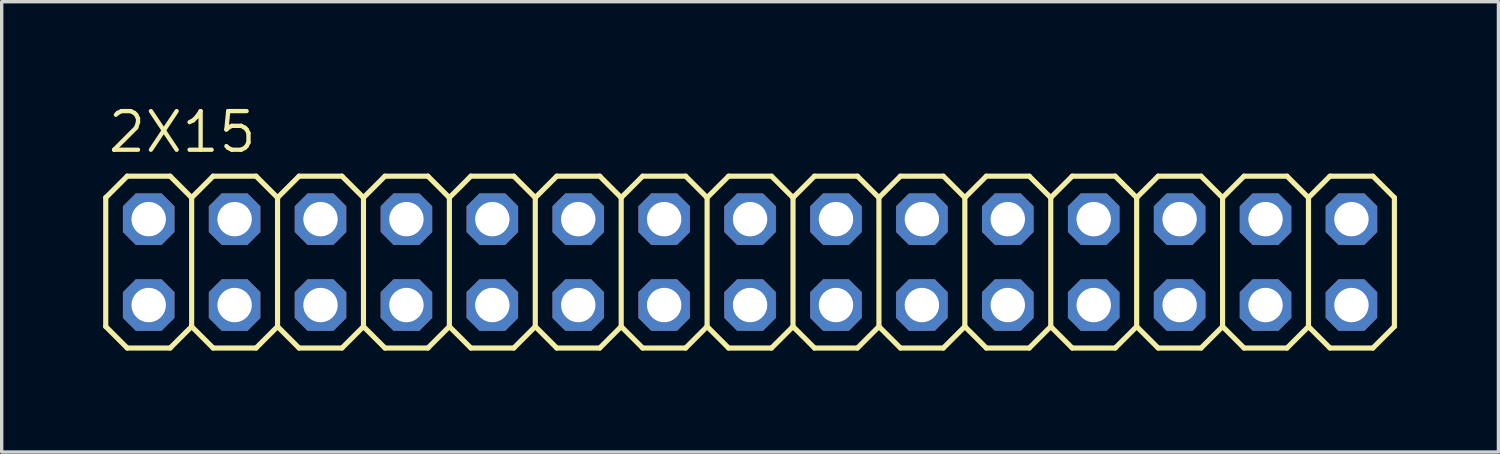
<source format=kicad_pcb>
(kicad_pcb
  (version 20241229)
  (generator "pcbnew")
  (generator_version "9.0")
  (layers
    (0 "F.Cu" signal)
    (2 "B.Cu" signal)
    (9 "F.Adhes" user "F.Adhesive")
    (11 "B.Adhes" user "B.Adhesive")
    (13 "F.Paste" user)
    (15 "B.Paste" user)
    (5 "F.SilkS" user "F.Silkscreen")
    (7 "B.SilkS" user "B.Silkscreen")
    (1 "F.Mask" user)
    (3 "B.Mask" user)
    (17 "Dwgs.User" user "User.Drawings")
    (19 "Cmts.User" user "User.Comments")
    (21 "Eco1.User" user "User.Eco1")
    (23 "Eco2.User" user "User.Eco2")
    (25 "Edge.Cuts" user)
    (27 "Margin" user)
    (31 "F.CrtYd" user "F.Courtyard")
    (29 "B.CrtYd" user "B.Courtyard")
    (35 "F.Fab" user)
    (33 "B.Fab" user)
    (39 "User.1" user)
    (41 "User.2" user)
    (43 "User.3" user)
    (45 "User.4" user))
  (footprint "2X15"
    (layer "F.Cu")
    (at 19.126 4.699)
    (property "Reference" "2X15" (at -19.05 -3.175 0) (layer "F.SilkS") (effects (font (size 1.143 1.143) (thickness 0.127)) (justify left bottom)))
    (fp_line (start -19.05 -1.905) (end -18.415 -2.54) (stroke (width 0.152) (type solid)) (layer "F.SilkS"))
    (fp_line (start -19.05 1.905) (end -19.05 -1.905) (stroke (width 0.152) (type solid)) (layer "F.SilkS"))
    (fp_line (start -19.05 1.905) (end -18.415 2.54) (stroke (width 0.152) (type solid)) (layer "F.SilkS"))
    (fp_line (start -18.415 -2.54) (end -17.145 -2.54) (stroke (width 0.152) (type solid)) (layer "F.SilkS"))
    (fp_line (start -18.415 2.54) (end -17.145 2.54) (stroke (width 0.152) (type solid)) (layer "F.SilkS"))
    (fp_line (start -17.145 -2.54) (end -16.51 -1.905) (stroke (width 0.152) (type solid)) (layer "F.SilkS"))
    (fp_line (start -17.145 2.54) (end -16.51 1.905) (stroke (width 0.152) (type solid)) (layer "F.SilkS"))
    (fp_line (start -16.51 -1.905) (end -16.51 1.905) (stroke (width 0.152) (type solid)) (layer "F.SilkS"))
    (fp_line (start -16.51 -1.905) (end -15.875 -2.54) (stroke (width 0.152) (type solid)) (layer "F.SilkS"))
    (fp_line (start -16.51 1.905) (end -15.875 2.54) (stroke (width 0.152) (type solid)) (layer "F.SilkS"))
    (fp_line (start -15.875 -2.54) (end -14.605 -2.54) (stroke (width 0.152) (type solid)) (layer "F.SilkS"))
    (fp_line (start -15.875 2.54) (end -14.605 2.54) (stroke (width 0.152) (type solid)) (layer "F.SilkS"))
    (fp_line (start -14.605 -2.54) (end -13.97 -1.905) (stroke (width 0.152) (type solid)) (layer "F.SilkS"))
    (fp_line (start -14.605 2.54) (end -13.97 1.905) (stroke (width 0.152) (type solid)) (layer "F.SilkS"))
    (fp_line (start -13.97 -1.905) (end -13.97 1.905) (stroke (width 0.152) (type solid)) (layer "F.SilkS"))
    (fp_line (start -13.97 -1.905) (end -13.335 -2.54) (stroke (width 0.152) (type solid)) (layer "F.SilkS"))
    (fp_line (start -13.97 1.905) (end -13.335 2.54) (stroke (width 0.152) (type solid)) (layer "F.SilkS"))
    (fp_line (start -13.335 -2.54) (end -12.065 -2.54) (stroke (width 0.152) (type solid)) (layer "F.SilkS"))
    (fp_line (start -13.335 2.54) (end -12.065 2.54) (stroke (width 0.152) (type solid)) (layer "F.SilkS"))
    (fp_line (start -12.065 -2.54) (end -11.43 -1.905) (stroke (width 0.152) (type solid)) (layer "F.SilkS"))
    (fp_line (start -12.065 2.54) (end -11.43 1.905) (stroke (width 0.152) (type solid)) (layer "F.SilkS"))
    (fp_line (start -11.43 -1.905) (end -11.43 1.905) (stroke (width 0.152) (type solid)) (layer "F.SilkS"))
    (fp_line (start -11.43 -1.905) (end -10.795 -2.54) (stroke (width 0.152) (type solid)) (layer "F.SilkS"))
    (fp_line (start -11.43 1.905) (end -10.795 2.54) (stroke (width 0.152) (type solid)) (layer "F.SilkS"))
    (fp_line (start -10.795 -2.54) (end -9.525 -2.54) (stroke (width 0.152) (type solid)) (layer "F.SilkS"))
    (fp_line (start -10.795 2.54) (end -9.525 2.54) (stroke (width 0.152) (type solid)) (layer "F.SilkS"))
    (fp_line (start -9.525 -2.54) (end -8.89 -1.905) (stroke (width 0.152) (type solid)) (layer "F.SilkS"))
    (fp_line (start -9.525 2.54) (end -8.89 1.905) (stroke (width 0.152) (type solid)) (layer "F.SilkS"))
    (fp_line (start -8.89 -1.905) (end -8.89 1.905) (stroke (width 0.152) (type solid)) (layer "F.SilkS"))
    (fp_line (start -8.89 -1.905) (end -8.255 -2.54) (stroke (width 0.152) (type solid)) (layer "F.SilkS"))
    (fp_line (start -8.89 1.905) (end -8.255 2.54) (stroke (width 0.152) (type solid)) (layer "F.SilkS"))
    (fp_line (start -8.255 -2.54) (end -6.985 -2.54) (stroke (width 0.152) (type solid)) (layer "F.SilkS"))
    (fp_line (start -8.255 2.54) (end -6.985 2.54) (stroke (width 0.152) (type solid)) (layer "F.SilkS"))
    (fp_line (start -6.985 -2.54) (end -6.35 -1.905) (stroke (width 0.152) (type solid)) (layer "F.SilkS"))
    (fp_line (start -6.985 2.54) (end -6.35 1.905) (stroke (width 0.152) (type solid)) (layer "F.SilkS"))
    (fp_line (start -6.35 -1.905) (end -6.35 1.905) (stroke (width 0.152) (type solid)) (layer "F.SilkS"))
    (fp_line (start -6.35 -1.905) (end -5.715 -2.54) (stroke (width 0.152) (type solid)) (layer "F.SilkS"))
    (fp_line (start -6.35 1.905) (end -5.715 2.54) (stroke (width 0.152) (type solid)) (layer "F.SilkS"))
    (fp_line (start -5.715 -2.54) (end -4.445 -2.54) (stroke (width 0.152) (type solid)) (layer "F.SilkS"))
    (fp_line (start -5.715 2.54) (end -4.445 2.54) (stroke (width 0.152) (type solid)) (layer "F.SilkS"))
    (fp_line (start -4.445 -2.54) (end -3.81 -1.905) (stroke (width 0.152) (type solid)) (layer "F.SilkS"))
    (fp_line (start -4.445 2.54) (end -3.81 1.905) (stroke (width 0.152) (type solid)) (layer "F.SilkS"))
    (fp_line (start -3.81 -1.905) (end -3.81 1.905) (stroke (width 0.152) (type solid)) (layer "F.SilkS"))
    (fp_line (start -3.81 -1.905) (end -3.175 -2.54) (stroke (width 0.152) (type solid)) (layer "F.SilkS"))
    (fp_line (start -3.81 1.905) (end -3.175 2.54) (stroke (width 0.152) (type solid)) (layer "F.SilkS"))
    (fp_line (start -3.175 -2.54) (end -1.905 -2.54) (stroke (width 0.152) (type solid)) (layer "F.SilkS"))
    (fp_line (start -1.905 -2.54) (end -1.27 -1.905) (stroke (width 0.152) (type solid)) (layer "F.SilkS"))
    (fp_line (start -1.905 2.54) (end -3.175 2.54) (stroke (width 0.152) (type solid)) (layer "F.SilkS"))
    (fp_line (start -1.27 -1.905) (end -1.27 1.905) (stroke (width 0.152) (type solid)) (layer "F.SilkS"))
    (fp_line (start -1.27 -1.905) (end -0.635 -2.54) (stroke (width 0.152) (type solid)) (layer "F.SilkS"))
    (fp_line (start -1.27 1.905) (end -1.905 2.54) (stroke (width 0.152) (type solid)) (layer "F.SilkS"))
    (fp_line (start -1.27 1.905) (end -0.635 2.54) (stroke (width 0.152) (type solid)) (layer "F.SilkS"))
    (fp_line (start -0.635 -2.54) (end 0.635 -2.54) (stroke (width 0.152) (type solid)) (layer "F.SilkS"))
    (fp_line (start 0.635 -2.54) (end 1.27 -1.905) (stroke (width 0.152) (type solid)) (layer "F.SilkS"))
    (fp_line (start 0.635 2.54) (end -0.635 2.54) (stroke (width 0.152) (type solid)) (layer "F.SilkS"))
    (fp_line (start 1.27 -1.905) (end 1.27 1.905) (stroke (width 0.152) (type solid)) (layer "F.SilkS"))
    (fp_line (start 1.27 -1.905) (end 1.905 -2.54) (stroke (width 0.152) (type solid)) (layer "F.SilkS"))
    (fp_line (start 1.27 1.905) (end 0.635 2.54) (stroke (width 0.152) (type solid)) (layer "F.SilkS"))
    (fp_line (start 1.27 1.905) (end 1.905 2.54) (stroke (width 0.152) (type solid)) (layer "F.SilkS"))
    (fp_line (start 1.905 -2.54) (end 3.175 -2.54) (stroke (width 0.152) (type solid)) (layer "F.SilkS"))
    (fp_line (start 3.175 -2.54) (end 3.81 -1.905) (stroke (width 0.152) (type solid)) (layer "F.SilkS"))
    (fp_line (start 3.175 2.54) (end 1.905 2.54) (stroke (width 0.152) (type solid)) (layer "F.SilkS"))
    (fp_line (start 3.81 -1.905) (end 3.81 1.905) (stroke (width 0.152) (type solid)) (layer "F.SilkS"))
    (fp_line (start 3.81 -1.905) (end 4.445 -2.54) (stroke (width 0.152) (type solid)) (layer "F.SilkS"))
    (fp_line (start 3.81 1.905) (end 3.175 2.54) (stroke (width 0.152) (type solid)) (layer "F.SilkS"))
    (fp_line (start 3.81 1.905) (end 4.445 2.54) (stroke (width 0.152) (type solid)) (layer "F.SilkS"))
    (fp_line (start 4.445 -2.54) (end 5.715 -2.54) (stroke (width 0.152) (type solid)) (layer "F.SilkS"))
    (fp_line (start 5.715 -2.54) (end 6.35 -1.905) (stroke (width 0.152) (type solid)) (layer "F.SilkS"))
    (fp_line (start 5.715 2.54) (end 4.445 2.54) (stroke (width 0.152) (type solid)) (layer "F.SilkS"))
    (fp_line (start 6.35 -1.905) (end 6.35 1.905) (stroke (width 0.152) (type solid)) (layer "F.SilkS"))
    (fp_line (start 6.35 -1.905) (end 6.985 -2.54) (stroke (width 0.152) (type solid)) (layer "F.SilkS"))
    (fp_line (start 6.35 1.905) (end 5.715 2.54) (stroke (width 0.152) (type solid)) (layer "F.SilkS"))
    (fp_line (start 6.35 1.905) (end 6.985 2.54) (stroke (width 0.152) (type solid)) (layer "F.SilkS"))
    (fp_line (start 6.985 -2.54) (end 8.255 -2.54) (stroke (width 0.152) (type solid)) (layer "F.SilkS"))
    (fp_line (start 8.255 -2.54) (end 8.89 -1.905) (stroke (width 0.152) (type solid)) (layer "F.SilkS"))
    (fp_line (start 8.255 2.54) (end 6.985 2.54) (stroke (width 0.152) (type solid)) (layer "F.SilkS"))
    (fp_line (start 8.89 -1.905) (end 8.89 1.905) (stroke (width 0.152) (type solid)) (layer "F.SilkS"))
    (fp_line (start 8.89 -1.905) (end 9.525 -2.54) (stroke (width 0.152) (type solid)) (layer "F.SilkS"))
    (fp_line (start 8.89 1.905) (end 8.255 2.54) (stroke (width 0.152) (type solid)) (layer "F.SilkS"))
    (fp_line (start 8.89 1.905) (end 9.525 2.54) (stroke (width 0.152) (type solid)) (layer "F.SilkS"))
    (fp_line (start 9.525 -2.54) (end 10.795 -2.54) (stroke (width 0.152) (type solid)) (layer "F.SilkS"))
    (fp_line (start 10.795 2.54) (end 9.525 2.54) (stroke (width 0.152) (type solid)) (layer "F.SilkS"))
    (fp_line (start 11.43 -1.905) (end 10.795 -2.54) (stroke (width 0.152) (type solid)) (layer "F.SilkS"))
    (fp_line (start 11.43 -1.905) (end 11.43 1.905) (stroke (width 0.152) (type solid)) (layer "F.SilkS"))
    (fp_line (start 11.43 -1.905) (end 12.065 -2.54) (stroke (width 0.152) (type solid)) (layer "F.SilkS"))
    (fp_line (start 11.43 1.905) (end 10.795 2.54) (stroke (width 0.152) (type solid)) (layer "F.SilkS"))
    (fp_line (start 11.43 1.905) (end 12.065 2.54) (stroke (width 0.152) (type solid)) (layer "F.SilkS"))
    (fp_line (start 13.335 -2.54) (end 12.065 -2.54) (stroke (width 0.152) (type solid)) (layer "F.SilkS"))
    (fp_line (start 13.335 -2.54) (end 13.97 -1.905) (stroke (width 0.152) (type solid)) (layer "F.SilkS"))
    (fp_line (start 13.335 2.54) (end 12.065 2.54) (stroke (width 0.152) (type solid)) (layer "F.SilkS"))
    (fp_line (start 13.97 -1.905) (end 13.97 1.905) (stroke (width 0.152) (type solid)) (layer "F.SilkS"))
    (fp_line (start 13.97 -1.905) (end 14.605 -2.54) (stroke (width 0.152) (type solid)) (layer "F.SilkS"))
    (fp_line (start 13.97 1.905) (end 13.335 2.54) (stroke (width 0.152) (type solid)) (layer "F.SilkS"))
    (fp_line (start 13.97 1.905) (end 14.605 2.54) (stroke (width 0.152) (type solid)) (layer "F.SilkS"))
    (fp_line (start 15.875 -2.54) (end 14.605 -2.54) (stroke (width 0.152) (type solid)) (layer "F.SilkS"))
    (fp_line (start 15.875 -2.54) (end 16.51 -1.905) (stroke (width 0.152) (type solid)) (layer "F.SilkS"))
    (fp_line (start 15.875 2.54) (end 14.605 2.54) (stroke (width 0.152) (type solid)) (layer "F.SilkS"))
    (fp_line (start 16.51 -1.905) (end 16.51 1.905) (stroke (width 0.152) (type solid)) (layer "F.SilkS"))
    (fp_line (start 16.51 -1.905) (end 17.145 -2.54) (stroke (width 0.152) (type solid)) (layer "F.SilkS"))
    (fp_line (start 16.51 1.905) (end 15.875 2.54) (stroke (width 0.152) (type solid)) (layer "F.SilkS"))
    (fp_line (start 17.145 2.54) (end 16.51 1.905) (stroke (width 0.152) (type solid)) (layer "F.SilkS"))
    (fp_line (start 17.145 2.54) (end 18.415 2.54) (stroke (width 0.152) (type solid)) (layer "F.SilkS"))
    (fp_line (start 18.415 -2.54) (end 17.145 -2.54) (stroke (width 0.152) (type solid)) (layer "F.SilkS"))
    (fp_line (start 18.415 -2.54) (end 19.05 -1.905) (stroke (width 0.152) (type solid)) (layer "F.SilkS"))
    (fp_line (start 19.05 -1.905) (end 19.05 1.905) (stroke (width 0.152) (type solid)) (layer "F.SilkS"))
    (fp_line (start 19.05 1.905) (end 18.415 2.54) (stroke (width 0.152) (type solid)) (layer "F.SilkS"))
    (fp_poly (pts (xy -18.034 -1.016) (xy -17.526 -1.016) (xy -17.526 -1.524) (xy -18.034 -1.524)) (stroke (width 0.1) (type solid)) (fill no) (layer "F.Fab"))
    (fp_poly (pts (xy -18.034 1.524) (xy -17.526 1.524) (xy -17.526 1.016) (xy -18.034 1.016)) (stroke (width 0.1) (type solid)) (fill no) (layer "F.Fab"))
    (fp_poly (pts (xy -15.494 -1.016) (xy -14.986 -1.016) (xy -14.986 -1.524) (xy -15.494 -1.524)) (stroke (width 0.1) (type solid)) (fill no) (layer "F.Fab"))
    (fp_poly (pts (xy -15.494 1.524) (xy -14.986 1.524) (xy -14.986 1.016) (xy -15.494 1.016)) (stroke (width 0.1) (type solid)) (fill no) (layer "F.Fab"))
    (fp_poly (pts (xy -12.954 -1.016) (xy -12.446 -1.016) (xy -12.446 -1.524) (xy -12.954 -1.524)) (stroke (width 0.1) (type solid)) (fill no) (layer "F.Fab"))
    (fp_poly (pts (xy -12.954 1.524) (xy -12.446 1.524) (xy -12.446 1.016) (xy -12.954 1.016)) (stroke (width 0.1) (type solid)) (fill no) (layer "F.Fab"))
    (fp_poly (pts (xy -10.414 -1.016) (xy -9.906 -1.016) (xy -9.906 -1.524) (xy -10.414 -1.524)) (stroke (width 0.1) (type solid)) (fill no) (layer "F.Fab"))
    (fp_poly (pts (xy -10.414 1.524) (xy -9.906 1.524) (xy -9.906 1.016) (xy -10.414 1.016)) (stroke (width 0.1) (type solid)) (fill no) (layer "F.Fab"))
    (fp_poly (pts (xy -7.874 -1.016) (xy -7.366 -1.016) (xy -7.366 -1.524) (xy -7.874 -1.524)) (stroke (width 0.1) (type solid)) (fill no) (layer "F.Fab"))
    (fp_poly (pts (xy -7.874 1.524) (xy -7.366 1.524) (xy -7.366 1.016) (xy -7.874 1.016)) (stroke (width 0.1) (type solid)) (fill no) (layer "F.Fab"))
    (fp_poly (pts (xy -5.334 -1.016) (xy -4.826 -1.016) (xy -4.826 -1.524) (xy -5.334 -1.524)) (stroke (width 0.1) (type solid)) (fill no) (layer "F.Fab"))
    (fp_poly (pts (xy -5.334 1.524) (xy -4.826 1.524) (xy -4.826 1.016) (xy -5.334 1.016)) (stroke (width 0.1) (type solid)) (fill no) (layer "F.Fab"))
    (fp_poly (pts (xy -2.794 -1.016) (xy -2.286 -1.016) (xy -2.286 -1.524) (xy -2.794 -1.524)) (stroke (width 0.1) (type solid)) (fill no) (layer "F.Fab"))
    (fp_poly (pts (xy -2.794 1.524) (xy -2.286 1.524) (xy -2.286 1.016) (xy -2.794 1.016)) (stroke (width 0.1) (type solid)) (fill no) (layer "F.Fab"))
    (fp_poly (pts (xy -0.254 -1.016) (xy 0.254 -1.016) (xy 0.254 -1.524) (xy -0.254 -1.524)) (stroke (width 0.1) (type solid)) (fill no) (layer "F.Fab"))
    (fp_poly (pts (xy -0.254 1.524) (xy 0.254 1.524) (xy 0.254 1.016) (xy -0.254 1.016)) (stroke (width 0.1) (type solid)) (fill no) (layer "F.Fab"))
    (fp_poly (pts (xy 2.286 -1.016) (xy 2.794 -1.016) (xy 2.794 -1.524) (xy 2.286 -1.524)) (stroke (width 0.1) (type solid)) (fill no) (layer "F.Fab"))
    (fp_poly (pts (xy 2.286 1.524) (xy 2.794 1.524) (xy 2.794 1.016) (xy 2.286 1.016)) (stroke (width 0.1) (type solid)) (fill no) (layer "F.Fab"))
    (fp_poly (pts (xy 4.826 -1.016) (xy 5.334 -1.016) (xy 5.334 -1.524) (xy 4.826 -1.524)) (stroke (width 0.1) (type solid)) (fill no) (layer "F.Fab"))
    (fp_poly (pts (xy 4.826 1.524) (xy 5.334 1.524) (xy 5.334 1.016) (xy 4.826 1.016)) (stroke (width 0.1) (type solid)) (fill no) (layer "F.Fab"))
    (fp_poly (pts (xy 7.366 -1.016) (xy 7.874 -1.016) (xy 7.874 -1.524) (xy 7.366 -1.524)) (stroke (width 0.1) (type solid)) (fill no) (layer "F.Fab"))
    (fp_poly (pts (xy 7.366 1.524) (xy 7.874 1.524) (xy 7.874 1.016) (xy 7.366 1.016)) (stroke (width 0.1) (type solid)) (fill no) (layer "F.Fab"))
    (fp_poly (pts (xy 9.906 -1.016) (xy 10.414 -1.016) (xy 10.414 -1.524) (xy 9.906 -1.524)) (stroke (width 0.1) (type solid)) (fill no) (layer "F.Fab"))
    (fp_poly (pts (xy 9.906 1.524) (xy 10.414 1.524) (xy 10.414 1.016) (xy 9.906 1.016)) (stroke (width 0.1) (type solid)) (fill no) (layer "F.Fab"))
    (fp_poly (pts (xy 12.446 -1.016) (xy 12.954 -1.016) (xy 12.954 -1.524) (xy 12.446 -1.524)) (stroke (width 0.1) (type solid)) (fill no) (layer "F.Fab"))
    (fp_poly (pts (xy 12.446 1.524) (xy 12.954 1.524) (xy 12.954 1.016) (xy 12.446 1.016)) (stroke (width 0.1) (type solid)) (fill no) (layer "F.Fab"))
    (fp_poly (pts (xy 14.986 -1.016) (xy 15.494 -1.016) (xy 15.494 -1.524) (xy 14.986 -1.524)) (stroke (width 0.1) (type solid)) (fill no) (layer "F.Fab"))
    (fp_poly (pts (xy 14.986 1.524) (xy 15.494 1.524) (xy 15.494 1.016) (xy 14.986 1.016)) (stroke (width 0.1) (type solid)) (fill no) (layer "F.Fab"))
    (fp_poly (pts (xy 17.526 -1.016) (xy 18.034 -1.016) (xy 18.034 -1.524) (xy 17.526 -1.524)) (stroke (width 0.1) (type solid)) (fill no) (layer "F.Fab"))
    (fp_poly (pts (xy 17.526 1.524) (xy 18.034 1.524) (xy 18.034 1.016) (xy 17.526 1.016)) (stroke (width 0.1) (type solid)) (fill no) (layer "F.Fab"))
    (pad "1" thru_hole roundrect (at -17.78 1.27) (size 1.524 1.524) (drill 1.016) (layers "*.Cu" "*.Mask") (roundrect_rratio 0.25) (chamfer_ratio 0.25) (chamfer top_left top_right bottom_left bottom_right))
    (pad "2" thru_hole roundrect (at -17.78 -1.27) (size 1.524 1.524) (drill 1.016) (layers "*.Cu" "*.Mask") (roundrect_rratio 0.25) (chamfer_ratio 0.25) (chamfer top_left top_right bottom_left bottom_right))
    (pad "3" thru_hole roundrect (at -15.24 1.27) (size 1.524 1.524) (drill 1.016) (layers "*.Cu" "*.Mask") (roundrect_rratio 0.25) (chamfer_ratio 0.25) (chamfer top_left top_right bottom_left bottom_right))
    (pad "4" thru_hole roundrect (at -15.24 -1.27) (size 1.524 1.524) (drill 1.016) (layers "*.Cu" "*.Mask") (roundrect_rratio 0.25) (chamfer_ratio 0.25) (chamfer top_left top_right bottom_left bottom_right))
    (pad "5" thru_hole roundrect (at -12.7 1.27) (size 1.524 1.524) (drill 1.016) (layers "*.Cu" "*.Mask") (roundrect_rratio 0.25) (chamfer_ratio 0.25) (chamfer top_left top_right bottom_left bottom_right))
    (pad "6" thru_hole roundrect (at -12.7 -1.27) (size 1.524 1.524) (drill 1.016) (layers "*.Cu" "*.Mask") (roundrect_rratio 0.25) (chamfer_ratio 0.25) (chamfer top_left top_right bottom_left bottom_right))
    (pad "7" thru_hole roundrect (at -10.16 1.27) (size 1.524 1.524) (drill 1.016) (layers "*.Cu" "*.Mask") (roundrect_rratio 0.25) (chamfer_ratio 0.25) (chamfer top_left top_right bottom_left bottom_right))
    (pad "8" thru_hole roundrect (at -10.16 -1.27) (size 1.524 1.524) (drill 1.016) (layers "*.Cu" "*.Mask") (roundrect_rratio 0.25) (chamfer_ratio 0.25) (chamfer top_left top_right bottom_left bottom_right))
    (pad "9" thru_hole roundrect (at -7.62 1.27) (size 1.524 1.524) (drill 1.016) (layers "*.Cu" "*.Mask") (roundrect_rratio 0.25) (chamfer_ratio 0.25) (chamfer top_left top_right bottom_left bottom_right))
    (pad "10" thru_hole roundrect (at -7.62 -1.27) (size 1.524 1.524) (drill 1.016) (layers "*.Cu" "*.Mask") (roundrect_rratio 0.25) (chamfer_ratio 0.25) (chamfer top_left top_right bottom_left bottom_right))
    (pad "11" thru_hole roundrect (at -5.08 1.27) (size 1.524 1.524) (drill 1.016) (layers "*.Cu" "*.Mask") (roundrect_rratio 0.25) (chamfer_ratio 0.25) (chamfer top_left top_right bottom_left bottom_right))
    (pad "12" thru_hole roundrect (at -5.08 -1.27) (size 1.524 1.524) (drill 1.016) (layers "*.Cu" "*.Mask") (roundrect_rratio 0.25) (chamfer_ratio 0.25) (chamfer top_left top_right bottom_left bottom_right))
    (pad "13" thru_hole roundrect (at -2.54 1.27) (size 1.524 1.524) (drill 1.016) (layers "*.Cu" "*.Mask") (roundrect_rratio 0.25) (chamfer_ratio 0.25) (chamfer top_left top_right bottom_left bottom_right))
    (pad "14" thru_hole roundrect (at -2.54 -1.27) (size 1.524 1.524) (drill 1.016) (layers "*.Cu" "*.Mask") (roundrect_rratio 0.25) (chamfer_ratio 0.25) (chamfer top_left top_right bottom_left bottom_right))
    (pad "15" thru_hole roundrect (at 0 1.27) (size 1.524 1.524) (drill 1.016) (layers "*.Cu" "*.Mask") (roundrect_rratio 0.25) (chamfer_ratio 0.25) (chamfer top_left top_right bottom_left bottom_right))
    (pad "16" thru_hole roundrect (at 0 -1.27) (size 1.524 1.524) (drill 1.016) (layers "*.Cu" "*.Mask") (roundrect_rratio 0.25) (chamfer_ratio 0.25) (chamfer top_left top_right bottom_left bottom_right))
    (pad "17" thru_hole roundrect (at 2.54 1.27) (size 1.524 1.524) (drill 1.016) (layers "*.Cu" "*.Mask") (roundrect_rratio 0.25) (chamfer_ratio 0.25) (chamfer top_left top_right bottom_left bottom_right))
    (pad "18" thru_hole roundrect (at 2.54 -1.27) (size 1.524 1.524) (drill 1.016) (layers "*.Cu" "*.Mask") (roundrect_rratio 0.25) (chamfer_ratio 0.25) (chamfer top_left top_right bottom_left bottom_right))
    (pad "19" thru_hole roundrect (at 5.08 1.27) (size 1.524 1.524) (drill 1.016) (layers "*.Cu" "*.Mask") (roundrect_rratio 0.25) (chamfer_ratio 0.25) (chamfer top_left top_right bottom_left bottom_right))
    (pad "20" thru_hole roundrect (at 5.08 -1.27) (size 1.524 1.524) (drill 1.016) (layers "*.Cu" "*.Mask") (roundrect_rratio 0.25) (chamfer_ratio 0.25) (chamfer top_left top_right bottom_left bottom_right))
    (pad "21" thru_hole roundrect (at 7.62 1.27) (size 1.524 1.524) (drill 1.016) (layers "*.Cu" "*.Mask") (roundrect_rratio 0.25) (chamfer_ratio 0.25) (chamfer top_left top_right bottom_left bottom_right))
    (pad "22" thru_hole roundrect (at 7.62 -1.27) (size 1.524 1.524) (drill 1.016) (layers "*.Cu" "*.Mask") (roundrect_rratio 0.25) (chamfer_ratio 0.25) (chamfer top_left top_right bottom_left bottom_right))
    (pad "23" thru_hole roundrect (at 10.16 1.27) (size 1.524 1.524) (drill 1.016) (layers "*.Cu" "*.Mask") (roundrect_rratio 0.25) (chamfer_ratio 0.25) (chamfer top_left top_right bottom_left bottom_right))
    (pad "24" thru_hole roundrect (at 10.16 -1.27) (size 1.524 1.524) (drill 1.016) (layers "*.Cu" "*.Mask") (roundrect_rratio 0.25) (chamfer_ratio 0.25) (chamfer top_left top_right bottom_left bottom_right))
    (pad "25" thru_hole roundrect (at 12.7 1.27) (size 1.524 1.524) (drill 1.016) (layers "*.Cu" "*.Mask") (roundrect_rratio 0.25) (chamfer_ratio 0.25) (chamfer top_left top_right bottom_left bottom_right))
    (pad "26" thru_hole roundrect (at 12.7 -1.27) (size 1.524 1.524) (drill 1.016) (layers "*.Cu" "*.Mask") (roundrect_rratio 0.25) (chamfer_ratio 0.25) (chamfer top_left top_right bottom_left bottom_right))
    (pad "27" thru_hole roundrect (at 15.24 1.27) (size 1.524 1.524) (drill 1.016) (layers "*.Cu" "*.Mask") (roundrect_rratio 0.25) (chamfer_ratio 0.25) (chamfer top_left top_right bottom_left bottom_right))
    (pad "28" thru_hole roundrect (at 15.24 -1.27) (size 1.524 1.524) (drill 1.016) (layers "*.Cu" "*.Mask") (roundrect_rratio 0.25) (chamfer_ratio 0.25) (chamfer top_left top_right bottom_left bottom_right))
    (pad "29" thru_hole roundrect (at 17.78 1.27) (size 1.524 1.524) (drill 1.016) (layers "*.Cu" "*.Mask") (roundrect_rratio 0.25) (chamfer_ratio 0.25) (chamfer top_left top_right bottom_left bottom_right))
    (pad "30" thru_hole roundrect (at 17.78 -1.27) (size 1.524 1.524) (drill 1.016) (layers "*.Cu" "*.Mask") (roundrect_rratio 0.25) (chamfer_ratio 0.25) (chamfer top_left top_right bottom_left bottom_right)))
  (gr_rect
    (start -3 -3)
    (end 41.252 10.315)
    (stroke (width 0.1) (type default))
    (fill no)
    (layer "Edge.Cuts")))
</source>
